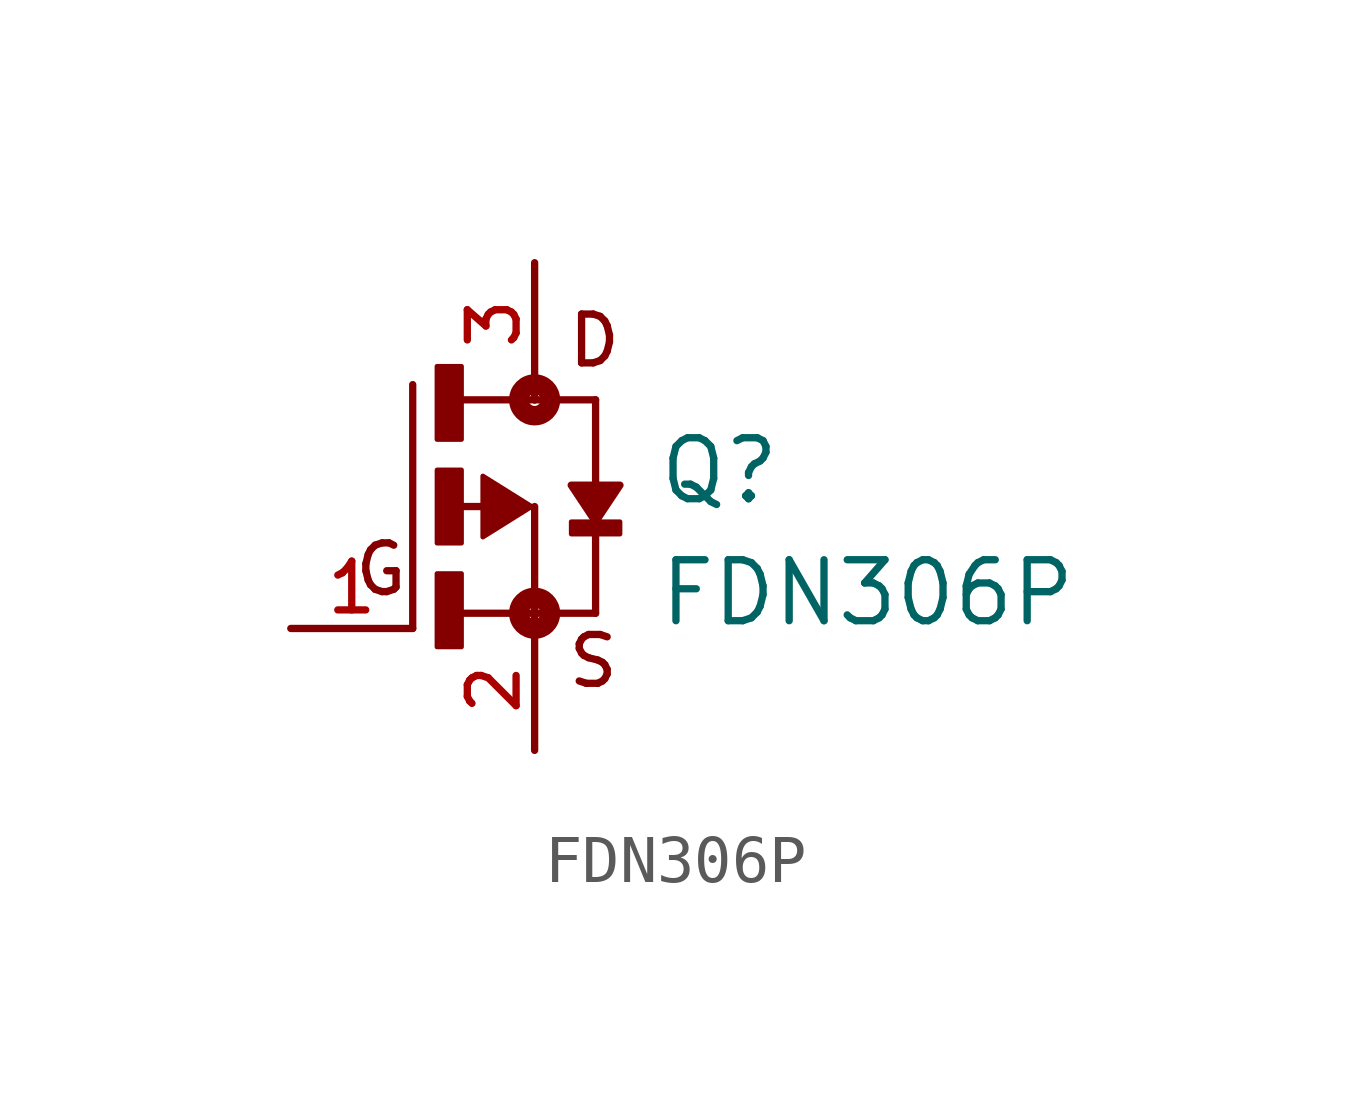
<source format=kicad_sym>
(kicad_symbol_lib
  (version 20211014)
  (generator kicad_symbol_editor)
  (symbol "FDN306P"
    (pin_names
      (offset 1.016))
    (property "Reference" "Q"
      (at 2.542 0.0 0)
      (effects (font (size 1.27 1.27)) (justify bottom left)))
    (property "Value" "FDN306P"
      (at 2.542 -2.542 0)
      (effects (font (size 1.27 1.27)) (justify bottom left)))
    (symbol "FDN306P_0_0"
      (polyline (pts (xy -1.079 0.0) (xy -1.905 0.0)) (stroke (width 0.152)))
      (polyline (pts (xy -1.905 -2.223) (xy 0.0 -2.223)) (stroke (width 0.152)))
      (polyline (pts (xy -2.54 -2.54) (xy -2.54 2.54)) (stroke (width 0.152)))
      (polyline (pts (xy 0.0 0.0) (xy 0.0 -2.223)) (stroke (width 0.152)))
      (polyline (pts (xy 1.27 -2.223) (xy 0.0 -2.223)) (stroke (width 0.152)))
      (polyline (pts (xy -1.587 2.223) (xy 0.0 2.223)) (stroke (width 0.152)))
      (polyline (pts (xy 0.0 2.223) (xy 1.27 2.223)) (stroke (width 0.152)))
      (polyline (pts (xy 0.0 -2.223) (xy 0.0 -2.54)) (stroke (width 0.152)))
      (polyline (pts (xy 1.27 2.223) (xy 1.27 -2.223)) (stroke (width 0.152)))
      (polyline (pts (xy 0.0 2.54) (xy 0.0 2.223)) (stroke (width 0.152)))
      (circle (center 0.0 -2.223) (radius 0.127) (stroke (width 0.406)) (fill (type none)))
      (circle (center 0.0 2.223) (radius 0.127) (stroke (width 0.406)) (fill (type none)))
      (text "D" (at 0.636 2.861 0) (effects (font (size 1.017 1.017)) (justify bottom left)))
      (text "S" (at 0.636 -3.815 0) (effects (font (size 1.017 1.017)) (justify bottom left)))
      (text "G" (at -3.81 -1.905 0) (effects (font (size 1.016 1.016)) (justify bottom left)))
      (rectangle (start -2.034 1.398) (end -1.524 2.921) (stroke (width 0.1)) (fill (type outline)))
      (rectangle (start -2.033 -0.762) (end -1.524 0.762) (stroke (width 0.1)) (fill (type outline)))
      (rectangle (start -2.034 -2.924) (end -1.524 -1.397) (stroke (width 0.1)) (fill (type outline)))
      (rectangle (start 0.763 -0.573) (end 1.778 -0.318) (stroke (width 0.1)) (fill (type outline)))
      (polyline (pts (xy -0.064 0.0) (xy -1.079 -0.635) (xy -1.079 0.635) (xy -0.064 0.0)) (stroke (width 0.102)) (fill (type outline)))
      (polyline (pts (xy 1.27 -0.318) (xy 1.778 0.445) (xy 0.762 0.445) (xy 1.27 -0.318)) (stroke (width 0.152)) (fill (type outline)))
      (pin passive line (at 0.0 5.08 270.0) (length 2.54) (name "~" (effects (font (size 1.016 1.016)))) (number "3" (effects (font (size 1.016 1.016)))))
      (pin passive line (at 0.0 -5.08 90.0) (length 2.54) (name "~" (effects (font (size 1.016 1.016)))) (number "2" (effects (font (size 1.016 1.016)))))
      (pin passive line (at -5.08 -2.54 0) (length 2.54) (name "~" (effects (font (size 1.016 1.016)))) (number "1" (effects (font (size 1.016 1.016))))))))
</source>
